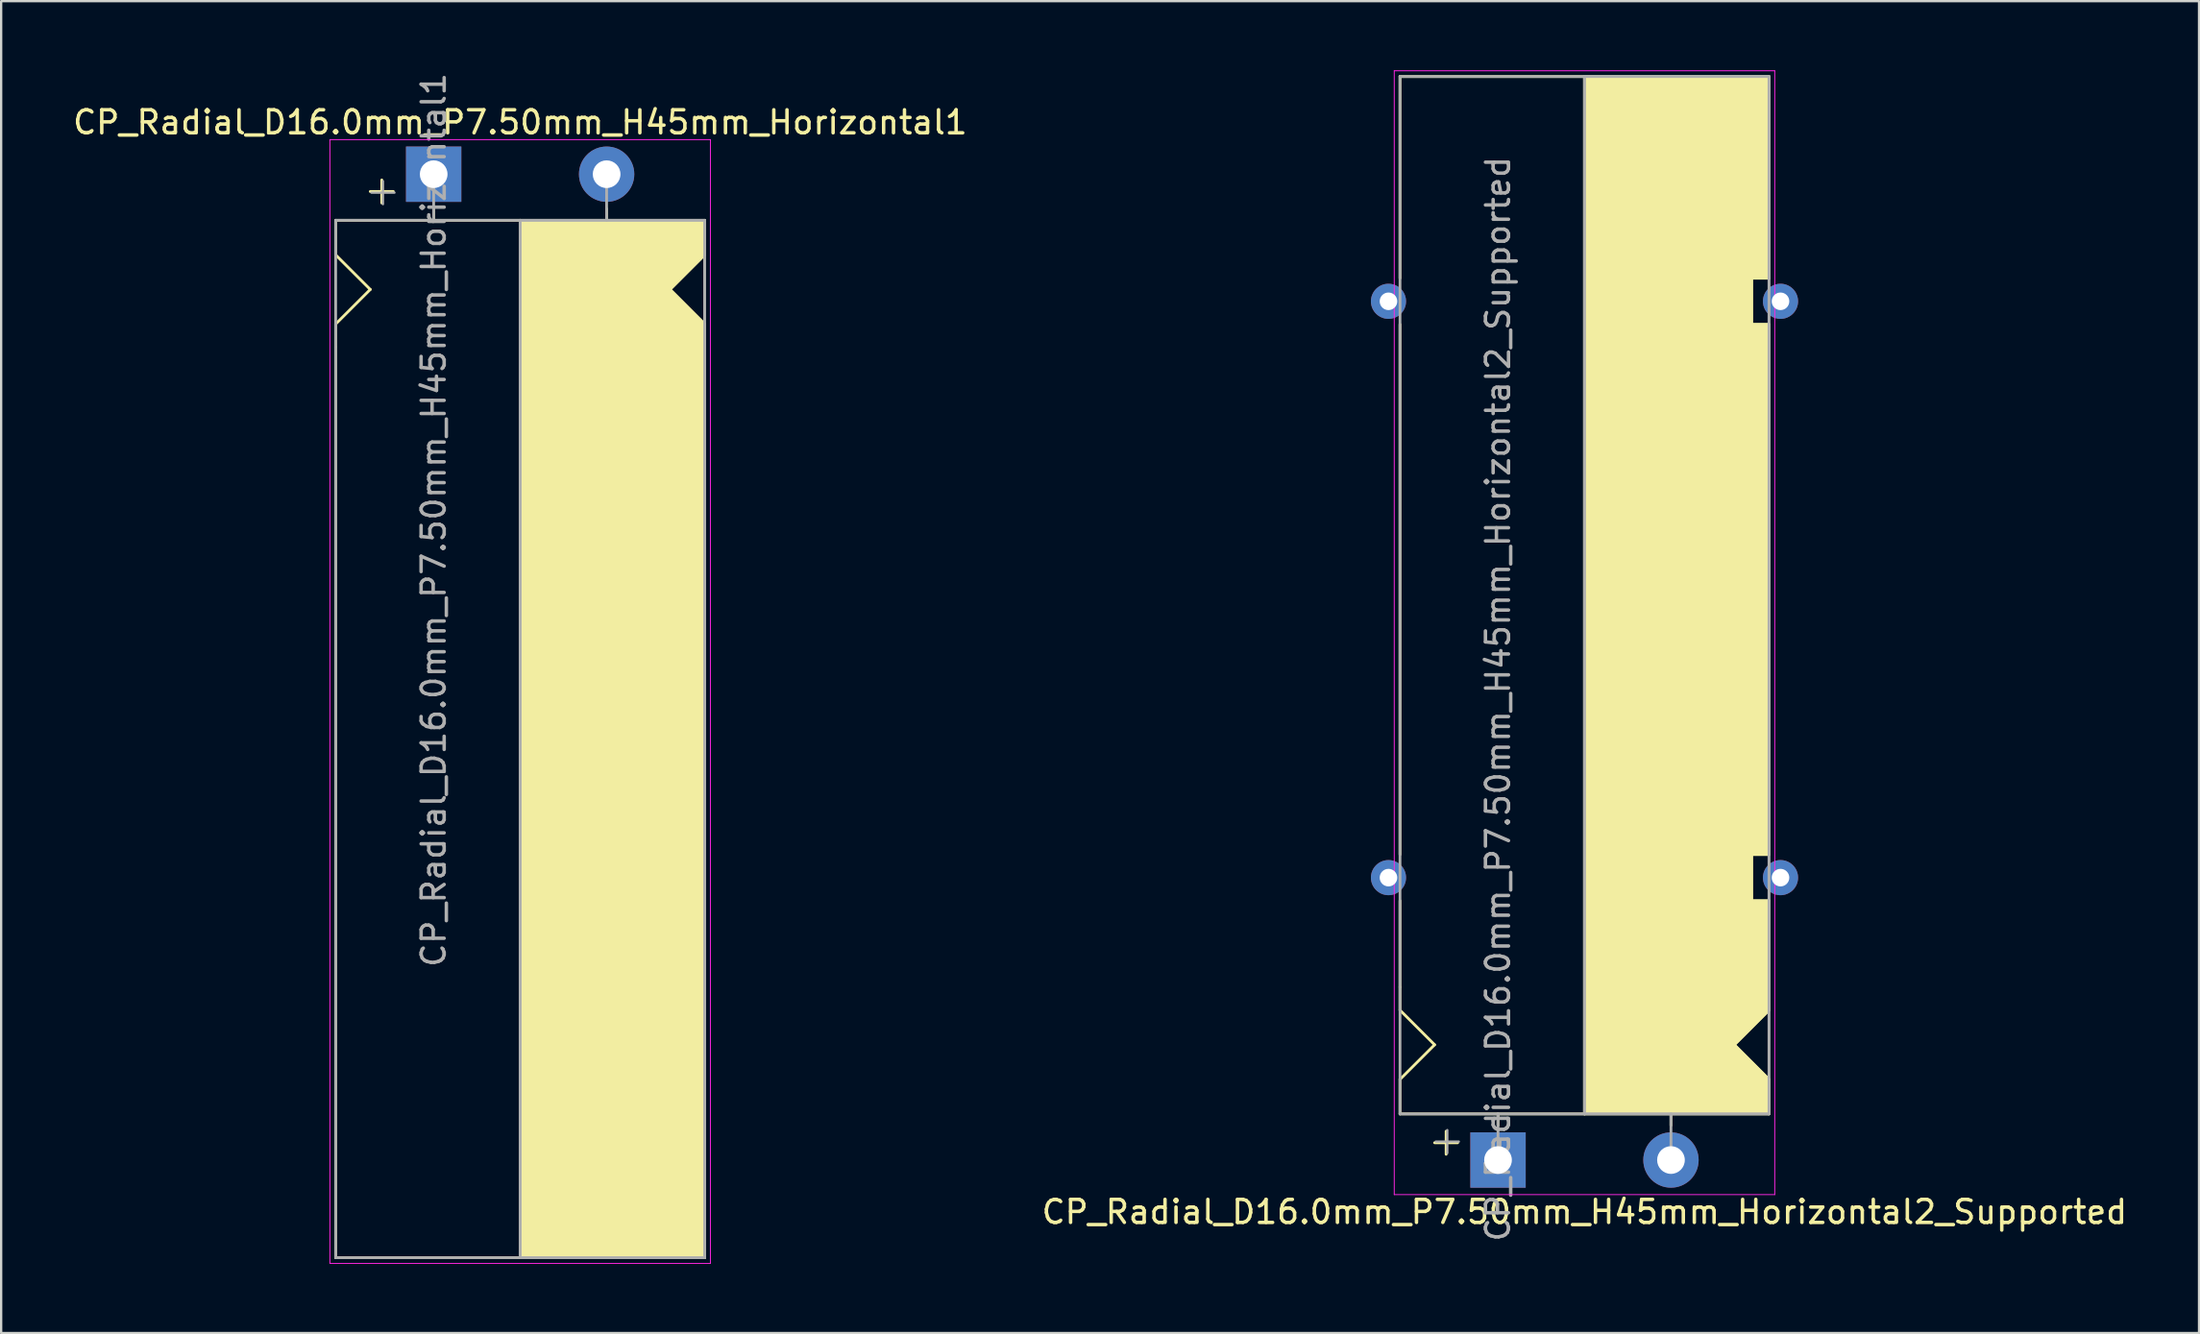
<source format=kicad_pcb>
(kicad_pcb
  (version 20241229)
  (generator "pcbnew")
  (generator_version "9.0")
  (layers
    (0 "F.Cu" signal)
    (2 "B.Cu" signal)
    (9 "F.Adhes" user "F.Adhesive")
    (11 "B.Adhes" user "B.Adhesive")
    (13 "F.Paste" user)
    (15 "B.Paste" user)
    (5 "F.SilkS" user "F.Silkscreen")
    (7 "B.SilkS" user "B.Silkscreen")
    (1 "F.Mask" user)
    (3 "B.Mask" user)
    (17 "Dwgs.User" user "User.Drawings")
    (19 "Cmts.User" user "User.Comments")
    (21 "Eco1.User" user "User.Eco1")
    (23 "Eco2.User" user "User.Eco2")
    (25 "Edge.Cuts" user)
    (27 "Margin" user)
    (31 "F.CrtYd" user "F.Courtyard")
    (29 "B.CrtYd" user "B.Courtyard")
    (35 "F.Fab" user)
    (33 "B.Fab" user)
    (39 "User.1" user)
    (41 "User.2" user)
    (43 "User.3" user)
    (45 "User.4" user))
  (footprint "CP_Radial_D16.0mm_P7.50mm_H45mm_Horizontal2_Supported"
    (layer "F.Cu")
    (at 61.911 47.27)
    (property "Reference" "CP_Radial_D16.0mm_P7.50mm_H45mm_Horizontal2_Supported" (at 3.75 2.25 0) (layer "F.SilkS") (effects (font (size 1 1) (thickness 0.15))))
    (attr through_hole)
    (fp_line (start -4.25 -38.25) (end -4.25 -47) (stroke (width 0.12) (type solid)) (layer "F.SilkS"))
    (fp_line (start -4.25 -36.25) (end -4.25 -13.25) (stroke (width 0.12) (type solid)) (layer "F.SilkS"))
    (fp_line (start -4.25 -7.5) (end -4.25 -11.25) (stroke (width 0.12) (type solid)) (layer "F.SilkS"))
    (fp_line (start -4.25 -6.5) (end -4.25 -7.5) (stroke (width 0.12) (type solid)) (layer "F.SilkS"))
    (fp_line (start -4.25 -3.5) (end -2.75 -5) (stroke (width 0.12) (type solid)) (layer "F.SilkS"))
    (fp_line (start -4.25 -2) (end -4.25 -3.5) (stroke (width 0.12) (type solid)) (layer "F.SilkS"))
    (fp_line (start -2.75 -5) (end -4.25 -6.5) (stroke (width 0.12) (type solid)) (layer "F.SilkS"))
    (fp_line (start -2.25 -1.25) (end -2.25 -0.25) (stroke (width 0.12) (type solid)) (layer "F.SilkS"))
    (fp_line (start -1.75 -0.75) (end -2.75 -0.75) (stroke (width 0.12) (type solid)) (layer "F.SilkS"))
    (fp_line (start 0 -1.5) (end 0 -2) (stroke (width 0.12) (type solid)) (layer "F.SilkS"))
    (fp_line (start 3.75 -2) (end -4.25 -2) (stroke (width 0.12) (type solid)) (layer "F.SilkS"))
    (fp_line (start 3.75 -2) (end 3.75 -47) (stroke (width 0.12) (type solid)) (layer "F.SilkS"))
    (fp_line (start 3.75 -2) (end 11.75 -2) (stroke (width 0.12) (type solid)) (layer "F.SilkS"))
    (fp_line (start 7.5 -1.5) (end 7.5 -2) (stroke (width 0.12) (type solid)) (layer "F.SilkS"))
    (fp_line (start 10.25 -5) (end 11.75 -6.5) (stroke (width 0.12) (type solid)) (layer "F.SilkS"))
    (fp_line (start 11 -38.25) (end 11 -36.25) (stroke (width 0.12) (type solid)) (layer "F.SilkS"))
    (fp_line (start 11 -36.25) (end 11.75 -36.25) (stroke (width 0.12) (type solid)) (layer "F.SilkS"))
    (fp_line (start 11 -13.25) (end 11 -11.25) (stroke (width 0.12) (type solid)) (layer "F.SilkS"))
    (fp_line (start 11 -11.25) (end 11.75 -11.25) (stroke (width 0.12) (type solid)) (layer "F.SilkS"))
    (fp_line (start 11.75 -47) (end -4.25 -47) (stroke (width 0.12) (type solid)) (layer "F.SilkS"))
    (fp_line (start 11.75 -47) (end 11.75 -38.25) (stroke (width 0.12) (type solid)) (layer "F.SilkS"))
    (fp_line (start 11.75 -38.25) (end 11 -38.25) (stroke (width 0.12) (type solid)) (layer "F.SilkS"))
    (fp_line (start 11.75 -13.25) (end 11 -13.25) (stroke (width 0.12) (type solid)) (layer "F.SilkS"))
    (fp_line (start 11.75 -13.25) (end 11.75 -36.25) (stroke (width 0.12) (type solid)) (layer "F.SilkS"))
    (fp_line (start 11.75 -11.25) (end 11.75 -6.5) (stroke (width 0.12) (type solid)) (layer "F.SilkS"))
    (fp_line (start 11.75 -3.5) (end 10.25 -5) (stroke (width 0.12) (type solid)) (layer "F.SilkS"))
    (fp_line (start 11.75 -2) (end 11.75 -3.5) (stroke (width 0.12) (type solid)) (layer "F.SilkS"))
    (fp_poly (pts (xy 11.75 -3.5) (xy 10.25 -5) (xy 11.75 -6.5) (xy 11.75 -11.25) (xy 11 -11.25) (xy 11 -13.25) (xy 11.75 -13.25) (xy 11.75 -36.25) (xy 11 -36.25) (xy 11 -38.25) (xy 11.75 -38.25) (xy 11.75 -47) (xy 3.75 -47) (xy 3.75 -2) (xy 11.75 -2)) (stroke (width 0.1) (type solid)) (fill yes) (layer "F.SilkS"))
    (fp_line (start -4.5 -47.25) (end -4.5 1.5) (stroke (width 0.04) (type solid)) (layer "F.CrtYd"))
    (fp_line (start -4.5 1.5) (end 12 1.5) (stroke (width 0.04) (type solid)) (layer "F.CrtYd"))
    (fp_line (start 12 -47.25) (end -4.5 -47.25) (stroke (width 0.04) (type solid)) (layer "F.CrtYd"))
    (fp_line (start 12 1.5) (end 12 -47.25) (stroke (width 0.04) (type solid)) (layer "F.CrtYd"))
    (fp_line (start -4.25 -47) (end 11.75 -47) (stroke (width 0.12) (type solid)) (layer "F.Fab"))
    (fp_line (start -4.25 -2) (end -4.25 -47) (stroke (width 0.12) (type solid)) (layer "F.Fab"))
    (fp_line (start -2.7 -0.8) (end -1.7 -0.8) (stroke (width 0.1) (type solid)) (layer "F.Fab"))
    (fp_line (start -2.2 -0.3) (end -2.2 -1.3) (stroke (width 0.1) (type solid)) (layer "F.Fab"))
    (fp_line (start 0 -2) (end -4.25 -2) (stroke (width 0.12) (type solid)) (layer "F.Fab"))
    (fp_line (start 0 0) (end 0 -2) (stroke (width 0.12) (type solid)) (layer "F.Fab"))
    (fp_line (start 3.75 -2) (end 3.75 -47) (stroke (width 0.12) (type solid)) (layer "F.Fab"))
    (fp_line (start 7.5 0) (end 7.5 -2) (stroke (width 0.12) (type solid)) (layer "F.Fab"))
    (fp_line (start 11.75 -47) (end 11.75 -2) (stroke (width 0.12) (type solid)) (layer "F.Fab"))
    (fp_line (start 11.75 -2) (end 0 -2) (stroke (width 0.12) (type solid)) (layer "F.Fab"))
    (fp_poly (pts (xy 11.75 -47) (xy 3.75 -47) (xy 3.75 -2) (xy 11.75 -2)) (stroke (width 0.1) (type solid)) (fill no) (layer "F.Fab"))
    (fp_text user "${REFERENCE}" (at 0 -20 90) (layer "F.Fab") (effects (font (size 1 1) (thickness 0.15))))
    (pad "" thru_hole circle (at -4.75 -37.25 180) (size 1.524 1.524) (drill 0.762) (layers "*.Cu" "*.Mask"))
    (pad "" thru_hole circle (at -4.75 -12.25 180) (size 1.524 1.524) (drill 0.762) (layers "*.Cu" "*.Mask"))
    (pad "" thru_hole circle (at 12.25 -37.25 180) (size 1.524 1.524) (drill 0.762) (layers "*.Cu" "*.Mask"))
    (pad "" thru_hole circle (at 12.25 -12.25 180) (size 1.524 1.524) (drill 0.762) (layers "*.Cu" "*.Mask"))
    (pad "1" thru_hole rect (at 0 0) (size 2.4 2.4) (drill 1.2) (layers "*.Cu" "*.Mask"))
    (pad "2" thru_hole circle (at 7.5 0) (size 2.4 2.4) (drill 1.2) (layers "*.Cu" "*.Mask")))
  (footprint "CP_Radial_D16.0mm_P7.50mm_H45mm_Horizontal1"
    (layer "F.Cu")
    (at 15.756 4.506)
    (property "Reference" "CP_Radial_D16.0mm_P7.50mm_H45mm_Horizontal1" (at 3.75 -2.25 0) (layer "F.SilkS") (effects (font (size 1 1) (thickness 0.15))))
    (attr through_hole)
    (fp_line (start -4.25 2) (end -4.25 3.5) (stroke (width 0.12) (type solid)) (layer "F.SilkS"))
    (fp_line (start -4.25 3.5) (end -2.75 5) (stroke (width 0.12) (type solid)) (layer "F.SilkS"))
    (fp_line (start -4.25 6.5) (end -4.25 7.5) (stroke (width 0.12) (type solid)) (layer "F.SilkS"))
    (fp_line (start -4.25 7.5) (end -4.25 47) (stroke (width 0.12) (type solid)) (layer "F.SilkS"))
    (fp_line (start -2.75 5) (end -4.25 6.5) (stroke (width 0.12) (type solid)) (layer "F.SilkS"))
    (fp_line (start -2.25 0.25) (end -2.25 1.25) (stroke (width 0.12) (type solid)) (layer "F.SilkS"))
    (fp_line (start -1.75 0.75) (end -2.75 0.75) (stroke (width 0.12) (type solid)) (layer "F.SilkS"))
    (fp_line (start 0 1.5) (end 0 2) (stroke (width 0.12) (type solid)) (layer "F.SilkS"))
    (fp_line (start 3.75 2) (end -4.25 2) (stroke (width 0.12) (type solid)) (layer "F.SilkS"))
    (fp_line (start 3.75 2) (end 3.75 47) (stroke (width 0.12) (type solid)) (layer "F.SilkS"))
    (fp_line (start 3.75 2) (end 11.75 2) (stroke (width 0.12) (type solid)) (layer "F.SilkS"))
    (fp_line (start 7.5 1.5) (end 7.5 2) (stroke (width 0.12) (type solid)) (layer "F.SilkS"))
    (fp_line (start 10.25 5) (end 11.75 6.5) (stroke (width 0.12) (type solid)) (layer "F.SilkS"))
    (fp_line (start 11.75 2) (end 11.75 3.5) (stroke (width 0.12) (type solid)) (layer "F.SilkS"))
    (fp_line (start 11.75 3.5) (end 10.25 5) (stroke (width 0.12) (type solid)) (layer "F.SilkS"))
    (fp_line (start 11.75 47) (end -4.25 47) (stroke (width 0.12) (type solid)) (layer "F.SilkS"))
    (fp_line (start 11.75 47) (end 11.75 6.5) (stroke (width 0.12) (type solid)) (layer "F.SilkS"))
    (fp_poly (pts (xy 11.75 3.5) (xy 10.25 5) (xy 11.75 6.5) (xy 11.75 47) (xy 3.75 47) (xy 3.75 2) (xy 11.75 2)) (stroke (width 0.1) (type solid)) (fill yes) (layer "F.SilkS"))
    (fp_line (start -4.5 -1.5) (end 12 -1.5) (stroke (width 0.04) (type solid)) (layer "F.CrtYd"))
    (fp_line (start -4.5 47.25) (end -4.5 -1.5) (stroke (width 0.04) (type solid)) (layer "F.CrtYd"))
    (fp_line (start 12 -1.5) (end 12 47.25) (stroke (width 0.04) (type solid)) (layer "F.CrtYd"))
    (fp_line (start 12 47.25) (end -4.5 47.25) (stroke (width 0.04) (type solid)) (layer "F.CrtYd"))
    (fp_line (start -4.25 2) (end -4.25 47) (stroke (width 0.12) (type solid)) (layer "F.Fab"))
    (fp_line (start -4.25 47) (end 11.75 47) (stroke (width 0.12) (type solid)) (layer "F.Fab"))
    (fp_line (start -2.7 0.8) (end -1.7 0.8) (stroke (width 0.1) (type solid)) (layer "F.Fab"))
    (fp_line (start -2.2 1.3) (end -2.2 0.3) (stroke (width 0.1) (type solid)) (layer "F.Fab"))
    (fp_line (start 0 0) (end 0 2) (stroke (width 0.12) (type solid)) (layer "F.Fab"))
    (fp_line (start 0 2) (end -4.25 2) (stroke (width 0.12) (type solid)) (layer "F.Fab"))
    (fp_line (start 3.75 2) (end 3.75 47) (stroke (width 0.12) (type solid)) (layer "F.Fab"))
    (fp_line (start 7.5 0) (end 7.5 2) (stroke (width 0.12) (type solid)) (layer "F.Fab"))
    (fp_line (start 11.75 2) (end 0 2) (stroke (width 0.12) (type solid)) (layer "F.Fab"))
    (fp_line (start 11.75 47) (end 11.75 2) (stroke (width 0.12) (type solid)) (layer "F.Fab"))
    (fp_poly (pts (xy 11.75 47) (xy 3.75 47) (xy 3.75 2) (xy 11.75 2)) (stroke (width 0.1) (type solid)) (fill no) (layer "F.Fab"))
    (fp_text user "${REFERENCE}" (at 0 15 90) (layer "F.Fab") (effects (font (size 1 1) (thickness 0.15))))
    (pad "1" thru_hole rect (at 0 0) (size 2.4 2.4) (drill 1.2) (layers "*.Cu" "*.Mask"))
    (pad "2" thru_hole circle (at 7.5 0) (size 2.4 2.4) (drill 1.2) (layers "*.Cu" "*.Mask")))
  (gr_rect
    (start -3 -3)
    (end 92.31 54.776)
    (stroke (width 0.1) (type default))
    (fill no)
    (layer "Edge.Cuts")))
</source>
